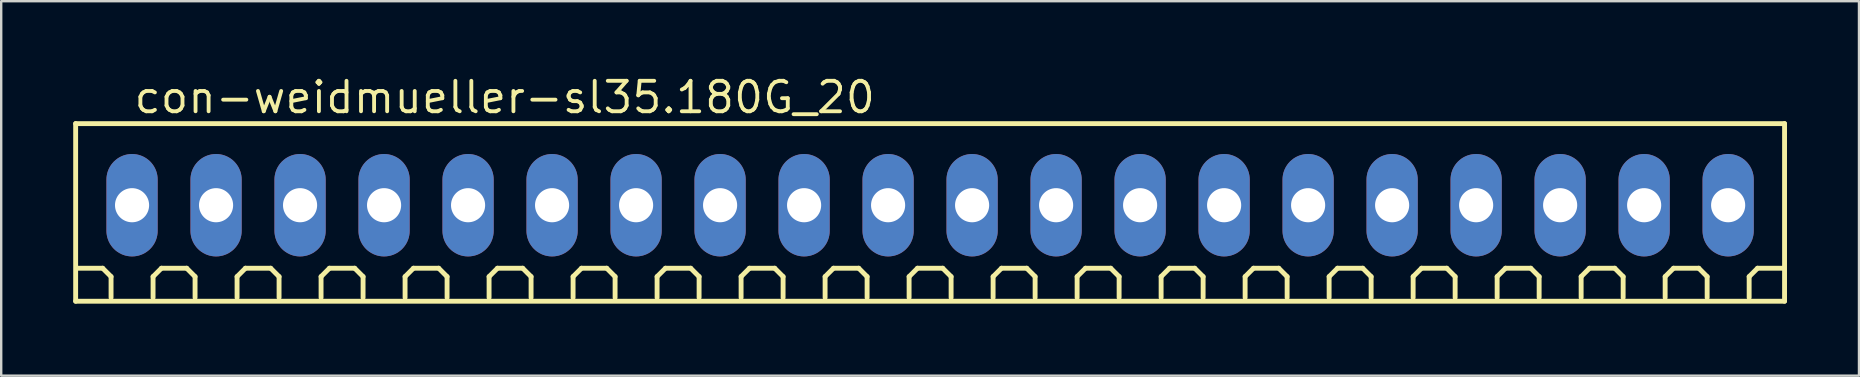
<source format=kicad_pcb>
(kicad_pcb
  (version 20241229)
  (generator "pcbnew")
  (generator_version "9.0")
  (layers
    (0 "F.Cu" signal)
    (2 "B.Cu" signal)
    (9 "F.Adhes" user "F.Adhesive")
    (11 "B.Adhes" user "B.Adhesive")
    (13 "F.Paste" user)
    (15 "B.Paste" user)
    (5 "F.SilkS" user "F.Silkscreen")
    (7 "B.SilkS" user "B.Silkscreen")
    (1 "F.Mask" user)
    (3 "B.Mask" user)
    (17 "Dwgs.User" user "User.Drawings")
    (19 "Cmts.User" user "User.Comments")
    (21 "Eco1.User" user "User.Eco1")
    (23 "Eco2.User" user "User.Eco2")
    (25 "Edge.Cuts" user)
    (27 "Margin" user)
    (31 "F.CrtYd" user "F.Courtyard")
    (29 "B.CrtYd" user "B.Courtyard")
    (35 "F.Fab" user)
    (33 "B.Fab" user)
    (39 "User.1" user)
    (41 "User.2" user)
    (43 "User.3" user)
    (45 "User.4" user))
  (footprint "con-weidmueller-sl35.180G_20"
    (layer "F.Cu")
    (at 35.702 5.5)
    (property "Reference" "con-weidmueller-sl35.180G_20" (at -33.25 -3.75 0) (layer "F.SilkS") (effects (font (size 1.27 1.27) (thickness 0.16)) (justify left bottom)))
    (attr through_hole)
    (fp_line (start -35.6 -3.4) (end 35.6 -3.4) (stroke (width 0.203) (type default)) (layer "F.SilkS"))
    (fp_line (start -35.6 4) (end -35.6 -3.4) (stroke (width 0.203) (type default)) (layer "F.SilkS"))
    (fp_line (start -34.475 2.625) (end -35.525 2.625) (stroke (width 0.203) (type default)) (layer "F.SilkS"))
    (fp_line (start -34.125 2.975) (end -34.475 2.625) (stroke (width 0.203) (type default)) (layer "F.SilkS"))
    (fp_line (start -34.125 3.85) (end -34.125 2.975) (stroke (width 0.203) (type default)) (layer "F.SilkS"))
    (fp_line (start -32.375 2.975) (end -32.025 2.625) (stroke (width 0.203) (type default)) (layer "F.SilkS"))
    (fp_line (start -32.375 3.85) (end -32.375 2.975) (stroke (width 0.203) (type default)) (layer "F.SilkS"))
    (fp_line (start -32.025 2.625) (end -30.975 2.625) (stroke (width 0.203) (type default)) (layer "F.SilkS"))
    (fp_line (start -30.975 2.625) (end -30.625 2.975) (stroke (width 0.203) (type default)) (layer "F.SilkS"))
    (fp_line (start -30.625 2.975) (end -30.625 3.85) (stroke (width 0.203) (type default)) (layer "F.SilkS"))
    (fp_line (start -28.875 2.975) (end -28.525 2.625) (stroke (width 0.203) (type default)) (layer "F.SilkS"))
    (fp_line (start -28.875 3.85) (end -28.875 2.975) (stroke (width 0.203) (type default)) (layer "F.SilkS"))
    (fp_line (start -28.525 2.625) (end -27.475 2.625) (stroke (width 0.203) (type default)) (layer "F.SilkS"))
    (fp_line (start -27.475 2.625) (end -27.125 2.975) (stroke (width 0.203) (type default)) (layer "F.SilkS"))
    (fp_line (start -27.125 2.975) (end -27.125 3.85) (stroke (width 0.203) (type default)) (layer "F.SilkS"))
    (fp_line (start -25.375 2.975) (end -25.025 2.625) (stroke (width 0.203) (type default)) (layer "F.SilkS"))
    (fp_line (start -25.375 3.85) (end -25.375 2.975) (stroke (width 0.203) (type default)) (layer "F.SilkS"))
    (fp_line (start -25.025 2.625) (end -23.975 2.625) (stroke (width 0.203) (type default)) (layer "F.SilkS"))
    (fp_line (start -23.975 2.625) (end -23.625 2.975) (stroke (width 0.203) (type default)) (layer "F.SilkS"))
    (fp_line (start -23.625 2.975) (end -23.625 3.85) (stroke (width 0.203) (type default)) (layer "F.SilkS"))
    (fp_line (start -21.875 2.975) (end -21.525 2.625) (stroke (width 0.203) (type default)) (layer "F.SilkS"))
    (fp_line (start -21.875 3.85) (end -21.875 2.975) (stroke (width 0.203) (type default)) (layer "F.SilkS"))
    (fp_line (start -21.525 2.625) (end -20.475 2.625) (stroke (width 0.203) (type default)) (layer "F.SilkS"))
    (fp_line (start -20.475 2.625) (end -20.125 2.975) (stroke (width 0.203) (type default)) (layer "F.SilkS"))
    (fp_line (start -20.125 2.975) (end -20.125 3.85) (stroke (width 0.203) (type default)) (layer "F.SilkS"))
    (fp_line (start -18.375 2.975) (end -18.025 2.625) (stroke (width 0.203) (type default)) (layer "F.SilkS"))
    (fp_line (start -18.375 3.85) (end -18.375 2.975) (stroke (width 0.203) (type default)) (layer "F.SilkS"))
    (fp_line (start -18.025 2.625) (end -16.975 2.625) (stroke (width 0.203) (type default)) (layer "F.SilkS"))
    (fp_line (start -16.975 2.625) (end -16.625 2.975) (stroke (width 0.203) (type default)) (layer "F.SilkS"))
    (fp_line (start -16.625 2.975) (end -16.625 3.85) (stroke (width 0.203) (type default)) (layer "F.SilkS"))
    (fp_line (start -14.875 2.975) (end -14.525 2.625) (stroke (width 0.203) (type default)) (layer "F.SilkS"))
    (fp_line (start -14.875 3.85) (end -14.875 2.975) (stroke (width 0.203) (type default)) (layer "F.SilkS"))
    (fp_line (start -14.525 2.625) (end -13.475 2.625) (stroke (width 0.203) (type default)) (layer "F.SilkS"))
    (fp_line (start -13.475 2.625) (end -13.125 2.975) (stroke (width 0.203) (type default)) (layer "F.SilkS"))
    (fp_line (start -13.125 2.975) (end -13.125 3.85) (stroke (width 0.203) (type default)) (layer "F.SilkS"))
    (fp_line (start -11.375 2.975) (end -11.025 2.625) (stroke (width 0.203) (type default)) (layer "F.SilkS"))
    (fp_line (start -11.375 3.85) (end -11.375 2.975) (stroke (width 0.203) (type default)) (layer "F.SilkS"))
    (fp_line (start -11.025 2.625) (end -9.975 2.625) (stroke (width 0.203) (type default)) (layer "F.SilkS"))
    (fp_line (start -9.975 2.625) (end -9.625 2.975) (stroke (width 0.203) (type default)) (layer "F.SilkS"))
    (fp_line (start -9.625 2.975) (end -9.625 3.85) (stroke (width 0.203) (type default)) (layer "F.SilkS"))
    (fp_line (start -7.875 2.975) (end -7.525 2.625) (stroke (width 0.203) (type default)) (layer "F.SilkS"))
    (fp_line (start -7.875 3.85) (end -7.875 2.975) (stroke (width 0.203) (type default)) (layer "F.SilkS"))
    (fp_line (start -7.525 2.625) (end -6.475 2.625) (stroke (width 0.203) (type default)) (layer "F.SilkS"))
    (fp_line (start -6.475 2.625) (end -6.125 2.975) (stroke (width 0.203) (type default)) (layer "F.SilkS"))
    (fp_line (start -6.125 2.975) (end -6.125 3.85) (stroke (width 0.203) (type default)) (layer "F.SilkS"))
    (fp_line (start -4.375 2.975) (end -4.025 2.625) (stroke (width 0.203) (type default)) (layer "F.SilkS"))
    (fp_line (start -4.375 3.85) (end -4.375 2.975) (stroke (width 0.203) (type default)) (layer "F.SilkS"))
    (fp_line (start -4.025 2.625) (end -2.975 2.625) (stroke (width 0.203) (type default)) (layer "F.SilkS"))
    (fp_line (start -2.975 2.625) (end -2.625 2.975) (stroke (width 0.203) (type default)) (layer "F.SilkS"))
    (fp_line (start -2.625 2.975) (end -2.625 3.85) (stroke (width 0.203) (type default)) (layer "F.SilkS"))
    (fp_line (start -0.875 2.975) (end -0.525 2.625) (stroke (width 0.203) (type default)) (layer "F.SilkS"))
    (fp_line (start -0.875 3.85) (end -0.875 2.975) (stroke (width 0.203) (type default)) (layer "F.SilkS"))
    (fp_line (start -0.525 2.625) (end 0.525 2.625) (stroke (width 0.203) (type default)) (layer "F.SilkS"))
    (fp_line (start 0.525 2.625) (end 0.875 2.975) (stroke (width 0.203) (type default)) (layer "F.SilkS"))
    (fp_line (start 0.875 2.975) (end 0.875 3.85) (stroke (width 0.203) (type default)) (layer "F.SilkS"))
    (fp_line (start 2.625 2.975) (end 2.975 2.625) (stroke (width 0.203) (type default)) (layer "F.SilkS"))
    (fp_line (start 2.625 3.85) (end 2.625 2.975) (stroke (width 0.203) (type default)) (layer "F.SilkS"))
    (fp_line (start 2.975 2.625) (end 4.025 2.625) (stroke (width 0.203) (type default)) (layer "F.SilkS"))
    (fp_line (start 4.025 2.625) (end 4.375 2.975) (stroke (width 0.203) (type default)) (layer "F.SilkS"))
    (fp_line (start 4.375 2.975) (end 4.375 3.85) (stroke (width 0.203) (type default)) (layer "F.SilkS"))
    (fp_line (start 6.125 2.975) (end 6.475 2.625) (stroke (width 0.203) (type default)) (layer "F.SilkS"))
    (fp_line (start 6.125 3.85) (end 6.125 2.975) (stroke (width 0.203) (type default)) (layer "F.SilkS"))
    (fp_line (start 6.475 2.625) (end 7.525 2.625) (stroke (width 0.203) (type default)) (layer "F.SilkS"))
    (fp_line (start 7.525 2.625) (end 7.875 2.975) (stroke (width 0.203) (type default)) (layer "F.SilkS"))
    (fp_line (start 7.875 2.975) (end 7.875 3.85) (stroke (width 0.203) (type default)) (layer "F.SilkS"))
    (fp_line (start 9.625 2.975) (end 9.975 2.625) (stroke (width 0.203) (type default)) (layer "F.SilkS"))
    (fp_line (start 9.625 3.85) (end 9.625 2.975) (stroke (width 0.203) (type default)) (layer "F.SilkS"))
    (fp_line (start 9.975 2.625) (end 11.025 2.625) (stroke (width 0.203) (type default)) (layer "F.SilkS"))
    (fp_line (start 11.025 2.625) (end 11.375 2.975) (stroke (width 0.203) (type default)) (layer "F.SilkS"))
    (fp_line (start 11.375 2.975) (end 11.375 3.85) (stroke (width 0.203) (type default)) (layer "F.SilkS"))
    (fp_line (start 13.125 2.975) (end 13.475 2.625) (stroke (width 0.203) (type default)) (layer "F.SilkS"))
    (fp_line (start 13.125 3.85) (end 13.125 2.975) (stroke (width 0.203) (type default)) (layer "F.SilkS"))
    (fp_line (start 13.475 2.625) (end 14.525 2.625) (stroke (width 0.203) (type default)) (layer "F.SilkS"))
    (fp_line (start 14.525 2.625) (end 14.875 2.975) (stroke (width 0.203) (type default)) (layer "F.SilkS"))
    (fp_line (start 14.875 2.975) (end 14.875 3.85) (stroke (width 0.203) (type default)) (layer "F.SilkS"))
    (fp_line (start 16.625 2.975) (end 16.975 2.625) (stroke (width 0.203) (type default)) (layer "F.SilkS"))
    (fp_line (start 16.625 3.85) (end 16.625 2.975) (stroke (width 0.203) (type default)) (layer "F.SilkS"))
    (fp_line (start 16.975 2.625) (end 18.025 2.625) (stroke (width 0.203) (type default)) (layer "F.SilkS"))
    (fp_line (start 18.025 2.625) (end 18.375 2.975) (stroke (width 0.203) (type default)) (layer "F.SilkS"))
    (fp_line (start 18.375 2.975) (end 18.375 3.85) (stroke (width 0.203) (type default)) (layer "F.SilkS"))
    (fp_line (start 20.125 2.975) (end 20.475 2.625) (stroke (width 0.203) (type default)) (layer "F.SilkS"))
    (fp_line (start 20.125 3.85) (end 20.125 2.975) (stroke (width 0.203) (type default)) (layer "F.SilkS"))
    (fp_line (start 20.475 2.625) (end 21.525 2.625) (stroke (width 0.203) (type default)) (layer "F.SilkS"))
    (fp_line (start 21.525 2.625) (end 21.875 2.975) (stroke (width 0.203) (type default)) (layer "F.SilkS"))
    (fp_line (start 21.875 2.975) (end 21.875 3.85) (stroke (width 0.203) (type default)) (layer "F.SilkS"))
    (fp_line (start 23.625 2.975) (end 23.975 2.625) (stroke (width 0.203) (type default)) (layer "F.SilkS"))
    (fp_line (start 23.625 3.85) (end 23.625 2.975) (stroke (width 0.203) (type default)) (layer "F.SilkS"))
    (fp_line (start 23.975 2.625) (end 25.025 2.625) (stroke (width 0.203) (type default)) (layer "F.SilkS"))
    (fp_line (start 25.025 2.625) (end 25.375 2.975) (stroke (width 0.203) (type default)) (layer "F.SilkS"))
    (fp_line (start 25.375 2.975) (end 25.375 3.85) (stroke (width 0.203) (type default)) (layer "F.SilkS"))
    (fp_line (start 27.125 2.975) (end 27.475 2.625) (stroke (width 0.203) (type default)) (layer "F.SilkS"))
    (fp_line (start 27.125 3.85) (end 27.125 2.975) (stroke (width 0.203) (type default)) (layer "F.SilkS"))
    (fp_line (start 27.475 2.625) (end 28.525 2.625) (stroke (width 0.203) (type default)) (layer "F.SilkS"))
    (fp_line (start 28.525 2.625) (end 28.875 2.975) (stroke (width 0.203) (type default)) (layer "F.SilkS"))
    (fp_line (start 28.875 2.975) (end 28.875 3.85) (stroke (width 0.203) (type default)) (layer "F.SilkS"))
    (fp_line (start 30.625 2.975) (end 30.975 2.625) (stroke (width 0.203) (type default)) (layer "F.SilkS"))
    (fp_line (start 30.625 3.85) (end 30.625 2.975) (stroke (width 0.203) (type default)) (layer "F.SilkS"))
    (fp_line (start 30.975 2.625) (end 32.025 2.625) (stroke (width 0.203) (type default)) (layer "F.SilkS"))
    (fp_line (start 32.025 2.625) (end 32.375 2.975) (stroke (width 0.203) (type default)) (layer "F.SilkS"))
    (fp_line (start 32.375 2.975) (end 32.375 3.85) (stroke (width 0.203) (type default)) (layer "F.SilkS"))
    (fp_line (start 34.125 2.975) (end 34.475 2.625) (stroke (width 0.203) (type default)) (layer "F.SilkS"))
    (fp_line (start 34.125 3.85) (end 34.125 2.975) (stroke (width 0.203) (type default)) (layer "F.SilkS"))
    (fp_line (start 34.475 2.625) (end 35.525 2.625) (stroke (width 0.203) (type default)) (layer "F.SilkS"))
    (fp_line (start 35.6 -3.4) (end 35.6 4) (stroke (width 0.203) (type default)) (layer "F.SilkS"))
    (fp_line (start 35.6 4) (end -35.6 4) (stroke (width 0.203) (type default)) (layer "F.SilkS"))
    (pad "1" thru_hole oval (at -33.25 0 90) (size 4.267 2.134) (drill 1.422) (layers "*.Cu" "*.Mask"))
    (pad "2" thru_hole oval (at -29.75 0 90) (size 4.267 2.134) (drill 1.422) (layers "*.Cu" "*.Mask"))
    (pad "3" thru_hole oval (at -26.25 0 90) (size 4.267 2.134) (drill 1.422) (layers "*.Cu" "*.Mask"))
    (pad "4" thru_hole oval (at -22.75 0 90) (size 4.267 2.134) (drill 1.422) (layers "*.Cu" "*.Mask"))
    (pad "5" thru_hole oval (at -19.25 0 90) (size 4.267 2.134) (drill 1.422) (layers "*.Cu" "*.Mask"))
    (pad "6" thru_hole oval (at -15.75 0 90) (size 4.267 2.134) (drill 1.422) (layers "*.Cu" "*.Mask"))
    (pad "7" thru_hole oval (at -12.25 0 90) (size 4.267 2.134) (drill 1.422) (layers "*.Cu" "*.Mask"))
    (pad "8" thru_hole oval (at -8.75 0 90) (size 4.267 2.134) (drill 1.422) (layers "*.Cu" "*.Mask"))
    (pad "9" thru_hole oval (at -5.25 0 90) (size 4.267 2.134) (drill 1.422) (layers "*.Cu" "*.Mask"))
    (pad "10" thru_hole oval (at -1.75 0 90) (size 4.267 2.134) (drill 1.422) (layers "*.Cu" "*.Mask"))
    (pad "11" thru_hole oval (at 1.75 0 90) (size 4.267 2.134) (drill 1.422) (layers "*.Cu" "*.Mask"))
    (pad "12" thru_hole oval (at 5.25 0 90) (size 4.267 2.134) (drill 1.422) (layers "*.Cu" "*.Mask"))
    (pad "13" thru_hole oval (at 8.75 0 90) (size 4.267 2.134) (drill 1.422) (layers "*.Cu" "*.Mask"))
    (pad "14" thru_hole oval (at 12.25 0 90) (size 4.267 2.134) (drill 1.422) (layers "*.Cu" "*.Mask"))
    (pad "15" thru_hole oval (at 15.75 0 90) (size 4.267 2.134) (drill 1.422) (layers "*.Cu" "*.Mask"))
    (pad "16" thru_hole oval (at 19.25 0 90) (size 4.267 2.134) (drill 1.422) (layers "*.Cu" "*.Mask"))
    (pad "17" thru_hole oval (at 22.75 0 90) (size 4.267 2.134) (drill 1.422) (layers "*.Cu" "*.Mask"))
    (pad "18" thru_hole oval (at 26.25 0 90) (size 4.267 2.134) (drill 1.422) (layers "*.Cu" "*.Mask"))
    (pad "19" thru_hole oval (at 29.75 0 90) (size 4.267 2.134) (drill 1.422) (layers "*.Cu" "*.Mask"))
    (pad "20" thru_hole oval (at 33.25 0 90) (size 4.267 2.134) (drill 1.422) (layers "*.Cu" "*.Mask")))
  (gr_rect
    (start -3 -3)
    (end 74.403 12.602)
    (stroke (width 0.1) (type default))
    (fill no)
    (layer "Edge.Cuts")))
</source>
